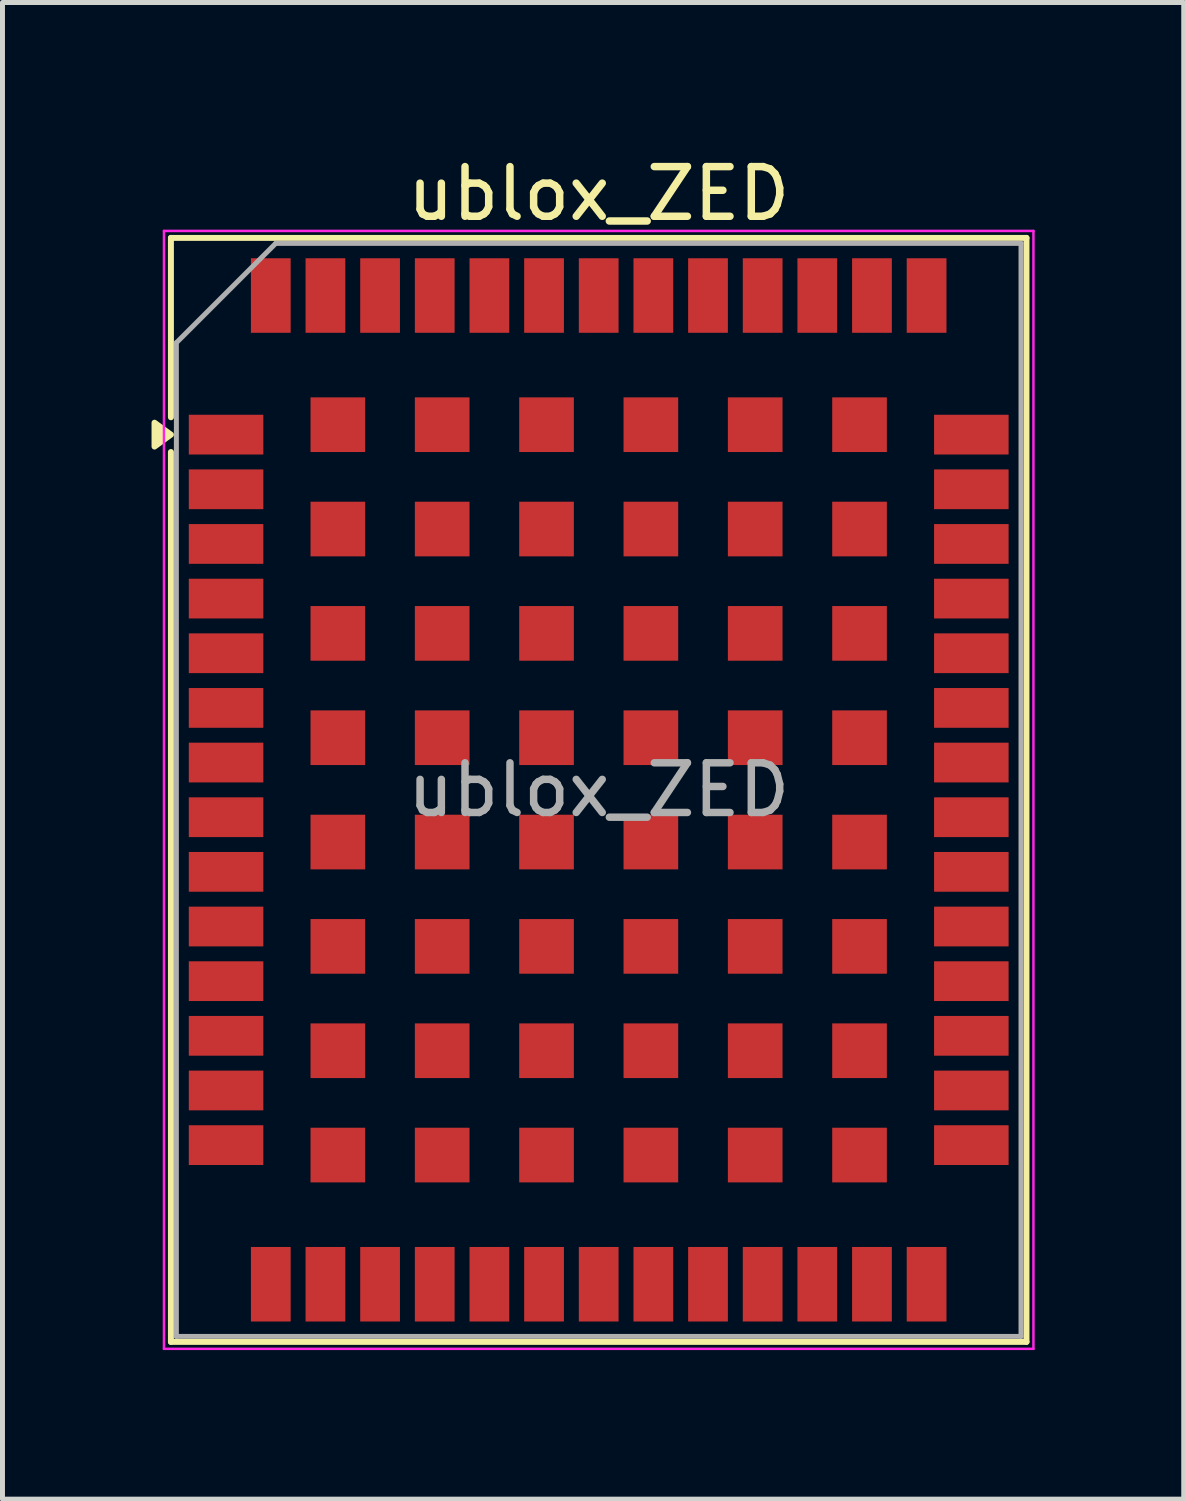
<source format=kicad_pcb>
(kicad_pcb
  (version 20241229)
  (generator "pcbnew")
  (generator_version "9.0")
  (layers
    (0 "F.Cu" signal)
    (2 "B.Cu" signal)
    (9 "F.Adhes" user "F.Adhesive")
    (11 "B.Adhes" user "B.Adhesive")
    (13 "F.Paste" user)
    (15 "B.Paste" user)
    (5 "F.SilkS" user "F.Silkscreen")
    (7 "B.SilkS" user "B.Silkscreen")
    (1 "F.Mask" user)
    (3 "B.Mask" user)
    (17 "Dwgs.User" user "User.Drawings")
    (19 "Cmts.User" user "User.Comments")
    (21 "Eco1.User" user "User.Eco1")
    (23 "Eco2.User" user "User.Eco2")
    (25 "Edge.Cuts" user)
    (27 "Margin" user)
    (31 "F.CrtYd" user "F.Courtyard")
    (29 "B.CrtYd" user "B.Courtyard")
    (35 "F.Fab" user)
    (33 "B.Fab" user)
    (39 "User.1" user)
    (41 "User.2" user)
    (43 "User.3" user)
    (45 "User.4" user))
  (footprint "ublox_ZED"
    (layer "F.Cu")
    (at 9 12.848)
    (property "Reference" "ublox_ZED" (at 0 -12 0) (layer "F.SilkS") (effects (font (size 1 1) (thickness 0.15))))
    (attr smd)
    (fp_line (start -8.61 -11.11) (end 8.61 -11.11) (stroke (width 0.12) (type solid)) (layer "F.SilkS"))
    (fp_line (start -8.61 -7.5) (end -8.61 -11.11) (stroke (width 0.12) (type default)) (layer "F.SilkS"))
    (fp_line (start -8.61 -6.8) (end -8.61 11.11) (stroke (width 0.12) (type solid)) (layer "F.SilkS"))
    (fp_line (start -8.61 11.11) (end 8.61 11.11) (stroke (width 0.12) (type solid)) (layer "F.SilkS"))
    (fp_line (start 8.61 -11.11) (end 8.61 11.11) (stroke (width 0.12) (type solid)) (layer "F.SilkS"))
    (fp_poly (pts (xy -8.61 -7.15) (xy -8.94 -6.91) (xy -8.94 -7.39) (xy -8.61 -7.15)) (stroke (width 0.12) (type solid)) (fill yes) (layer "F.SilkS"))
    (fp_line (start -8.75 -11.25) (end -8.75 11.25) (stroke (width 0.05) (type solid)) (layer "F.CrtYd"))
    (fp_line (start -8.75 -11.25) (end 8.75 -11.25) (stroke (width 0.05) (type solid)) (layer "F.CrtYd"))
    (fp_line (start -8.75 11.25) (end 8.75 11.25) (stroke (width 0.05) (type solid)) (layer "F.CrtYd"))
    (fp_line (start 8.75 -11.25) (end 8.75 11.25) (stroke (width 0.05) (type solid)) (layer "F.CrtYd"))
    (fp_line (start -8.5 -9) (end -8.5 11) (stroke (width 0.1) (type solid)) (layer "F.Fab"))
    (fp_line (start -8.5 -9) (end -6.5 -11) (stroke (width 0.1) (type solid)) (layer "F.Fab"))
    (fp_line (start -8.5 11) (end 8.5 11) (stroke (width 0.1) (type solid)) (layer "F.Fab"))
    (fp_line (start -6.5 -11) (end 8.5 -11) (stroke (width 0.1) (type solid)) (layer "F.Fab"))
    (fp_line (start 8.5 -11) (end 8.5 11) (stroke (width 0.1) (type solid)) (layer "F.Fab"))
    (fp_text user "${REFERENCE}" (at 0 0 0) (layer "F.Fab") (effects (font (size 1 1) (thickness 0.15))))
    (pad "1" smd rect (at -7.5 -7.15) (size 1.5 0.8) (layers "F.Cu" "F.Mask" "F.Paste"))
    (pad "2" smd rect (at -7.5 -6.05) (size 1.5 0.8) (layers "F.Cu" "F.Mask" "F.Paste"))
    (pad "3" smd rect (at -7.5 -4.95) (size 1.5 0.8) (layers "F.Cu" "F.Mask" "F.Paste"))
    (pad "4" smd rect (at -7.5 -3.85) (size 1.5 0.8) (layers "F.Cu" "F.Mask" "F.Paste"))
    (pad "5" smd rect (at -7.5 -2.75) (size 1.5 0.8) (layers "F.Cu" "F.Mask" "F.Paste"))
    (pad "6" smd rect (at -7.5 -1.65) (size 1.5 0.8) (layers "F.Cu" "F.Mask" "F.Paste"))
    (pad "7" smd rect (at -7.5 -0.55) (size 1.5 0.8) (layers "F.Cu" "F.Mask" "F.Paste"))
    (pad "8" smd rect (at -7.5 0.55) (size 1.5 0.8) (layers "F.Cu" "F.Mask" "F.Paste"))
    (pad "9" smd rect (at -7.5 1.65) (size 1.5 0.8) (layers "F.Cu" "F.Mask" "F.Paste"))
    (pad "10" smd rect (at -7.5 2.75) (size 1.5 0.8) (layers "F.Cu" "F.Mask" "F.Paste"))
    (pad "11" smd rect (at -7.5 3.85) (size 1.5 0.8) (layers "F.Cu" "F.Mask" "F.Paste"))
    (pad "12" smd rect (at -7.5 4.95) (size 1.5 0.8) (layers "F.Cu" "F.Mask" "F.Paste"))
    (pad "13" smd rect (at -7.5 6.05) (size 1.5 0.8) (layers "F.Cu" "F.Mask" "F.Paste"))
    (pad "14" smd rect (at -7.5 7.15) (size 1.5 0.8) (layers "F.Cu" "F.Mask" "F.Paste"))
    (pad "15" smd rect (at -6.6 9.95 90) (size 1.5 0.8) (layers "F.Cu" "F.Mask" "F.Paste"))
    (pad "16" smd rect (at -5.5 9.95 90) (size 1.5 0.8) (layers "F.Cu" "F.Mask" "F.Paste"))
    (pad "17" smd rect (at -4.4 9.95 90) (size 1.5 0.8) (layers "F.Cu" "F.Mask" "F.Paste"))
    (pad "18" smd rect (at -3.3 9.95 270) (size 1.5 0.8) (layers "F.Cu" "F.Mask" "F.Paste"))
    (pad "19" smd rect (at -2.2 9.95 90) (size 1.5 0.8) (layers "F.Cu" "F.Mask" "F.Paste"))
    (pad "20" smd rect (at -1.1 9.95 90) (size 1.5 0.8) (layers "F.Cu" "F.Mask" "F.Paste"))
    (pad "21" smd rect (at 0 9.95 90) (size 1.5 0.8) (layers "F.Cu" "F.Mask" "F.Paste"))
    (pad "22" smd rect (at 1.1 9.95 90) (size 1.5 0.8) (layers "F.Cu" "F.Mask" "F.Paste"))
    (pad "23" smd rect (at 2.2 9.95 90) (size 1.5 0.8) (layers "F.Cu" "F.Mask" "F.Paste"))
    (pad "24" smd rect (at 3.3 9.95 90) (size 1.5 0.8) (layers "F.Cu" "F.Mask" "F.Paste"))
    (pad "25" smd rect (at 4.4 9.95 90) (size 1.5 0.8) (layers "F.Cu" "F.Mask" "F.Paste"))
    (pad "26" smd rect (at 5.5 9.95 90) (size 1.5 0.8) (layers "F.Cu" "F.Mask" "F.Paste"))
    (pad "27" smd rect (at 6.6 9.95 90) (size 1.5 0.8) (layers "F.Cu" "F.Mask" "F.Paste"))
    (pad "28" smd rect (at 7.5 7.15) (size 1.5 0.8) (layers "F.Cu" "F.Mask" "F.Paste"))
    (pad "29" smd rect (at 7.5 6.05) (size 1.5 0.8) (layers "F.Cu" "F.Mask" "F.Paste"))
    (pad "30" smd rect (at 7.5 4.95) (size 1.5 0.8) (layers "F.Cu" "F.Mask" "F.Paste"))
    (pad "31" smd rect (at 7.5 3.85) (size 1.5 0.8) (layers "F.Cu" "F.Mask" "F.Paste"))
    (pad "32" smd rect (at 7.5 2.75) (size 1.5 0.8) (layers "F.Cu" "F.Mask" "F.Paste"))
    (pad "33" smd rect (at 7.5 1.65) (size 1.5 0.8) (layers "F.Cu" "F.Mask" "F.Paste"))
    (pad "34" smd rect (at 7.5 0.55) (size 1.5 0.8) (layers "F.Cu" "F.Mask" "F.Paste"))
    (pad "35" smd rect (at 7.5 -0.55) (size 1.5 0.8) (layers "F.Cu" "F.Mask" "F.Paste"))
    (pad "36" smd rect (at 7.5 -1.65) (size 1.5 0.8) (layers "F.Cu" "F.Mask" "F.Paste"))
    (pad "37" smd rect (at 7.5 -2.75) (size 1.5 0.8) (layers "F.Cu" "F.Mask" "F.Paste"))
    (pad "38" smd rect (at 7.5 -3.85) (size 1.5 0.8) (layers "F.Cu" "F.Mask" "F.Paste"))
    (pad "39" smd rect (at 7.5 -4.95) (size 1.5 0.8) (layers "F.Cu" "F.Mask" "F.Paste"))
    (pad "40" smd rect (at 7.5 -6.05) (size 1.5 0.8) (layers "F.Cu" "F.Mask" "F.Paste"))
    (pad "41" smd rect (at 7.5 -7.15) (size 1.5 0.8) (layers "F.Cu" "F.Mask" "F.Paste"))
    (pad "42" smd rect (at 6.6 -9.95 90) (size 1.5 0.8) (layers "F.Cu" "F.Mask" "F.Paste"))
    (pad "43" smd rect (at 5.5 -9.95 90) (size 1.5 0.8) (layers "F.Cu" "F.Mask" "F.Paste"))
    (pad "44" smd rect (at 4.4 -9.95 90) (size 1.5 0.8) (layers "F.Cu" "F.Mask" "F.Paste"))
    (pad "45" smd rect (at 3.3 -9.95 90) (size 1.5 0.8) (layers "F.Cu" "F.Mask" "F.Paste"))
    (pad "46" smd rect (at 2.2 -9.95 90) (size 1.5 0.8) (layers "F.Cu" "F.Mask" "F.Paste"))
    (pad "47" smd rect (at 1.1 -9.95 90) (size 1.5 0.8) (layers "F.Cu" "F.Mask" "F.Paste"))
    (pad "48" smd rect (at 0 -9.95 90) (size 1.5 0.8) (layers "F.Cu" "F.Mask" "F.Paste"))
    (pad "49" smd rect (at -1.1 -9.95 90) (size 1.5 0.8) (layers "F.Cu" "F.Mask" "F.Paste"))
    (pad "50" smd rect (at -2.2 -9.95 90) (size 1.5 0.8) (layers "F.Cu" "F.Mask" "F.Paste"))
    (pad "51" smd rect (at -3.3 -9.95 90) (size 1.5 0.8) (layers "F.Cu" "F.Mask" "F.Paste"))
    (pad "52" smd rect (at -4.4 -9.95 90) (size 1.5 0.8) (layers "F.Cu" "F.Mask" "F.Paste"))
    (pad "53" smd rect (at -5.5 -9.95 90) (size 1.5 0.8) (layers "F.Cu" "F.Mask" "F.Paste"))
    (pad "54" smd rect (at -6.6 -9.95 90) (size 1.5 0.8) (layers "F.Cu" "F.Mask" "F.Paste"))
    (pad "55" smd rect (at -5.25 -7.35) (size 1.1 1.1) (layers "F.Cu" "F.Mask" "F.Paste"))
    (pad "55" smd rect (at -5.25 -5.25) (size 1.1 1.1) (layers "F.Cu" "F.Mask" "F.Paste"))
    (pad "55" smd rect (at -5.25 -3.15) (size 1.1 1.1) (layers "F.Cu" "F.Mask" "F.Paste"))
    (pad "55" smd rect (at -5.25 -1.05) (size 1.1 1.1) (layers "F.Cu" "F.Mask" "F.Paste"))
    (pad "55" smd rect (at -5.25 1.05) (size 1.1 1.1) (layers "F.Cu" "F.Mask" "F.Paste"))
    (pad "55" smd rect (at -5.25 3.15) (size 1.1 1.1) (layers "F.Cu" "F.Mask" "F.Paste"))
    (pad "55" smd rect (at -5.25 5.25) (size 1.1 1.1) (layers "F.Cu" "F.Mask" "F.Paste"))
    (pad "55" smd rect (at -5.25 7.35) (size 1.1 1.1) (layers "F.Cu" "F.Mask" "F.Paste"))
    (pad "55" smd rect (at -3.15 -7.35) (size 1.1 1.1) (layers "F.Cu" "F.Mask" "F.Paste"))
    (pad "55" smd rect (at -3.15 -5.25) (size 1.1 1.1) (layers "F.Cu" "F.Mask" "F.Paste"))
    (pad "55" smd rect (at -3.15 -3.15) (size 1.1 1.1) (layers "F.Cu" "F.Mask" "F.Paste"))
    (pad "55" smd rect (at -3.15 -1.05) (size 1.1 1.1) (layers "F.Cu" "F.Mask" "F.Paste"))
    (pad "55" smd rect (at -3.15 1.05) (size 1.1 1.1) (layers "F.Cu" "F.Mask" "F.Paste"))
    (pad "55" smd rect (at -3.15 3.15) (size 1.1 1.1) (layers "F.Cu" "F.Mask" "F.Paste"))
    (pad "55" smd rect (at -3.15 5.25) (size 1.1 1.1) (layers "F.Cu" "F.Mask" "F.Paste"))
    (pad "55" smd rect (at -3.15 7.35) (size 1.1 1.1) (layers "F.Cu" "F.Mask" "F.Paste"))
    (pad "55" smd rect (at -1.05 -7.35) (size 1.1 1.1) (layers "F.Cu" "F.Mask" "F.Paste"))
    (pad "55" smd rect (at -1.05 -5.25) (size 1.1 1.1) (layers "F.Cu" "F.Mask" "F.Paste"))
    (pad "55" smd rect (at -1.05 -3.15) (size 1.1 1.1) (layers "F.Cu" "F.Mask" "F.Paste"))
    (pad "55" smd rect (at -1.05 -1.05) (size 1.1 1.1) (layers "F.Cu" "F.Mask" "F.Paste"))
    (pad "55" smd rect (at -1.05 1.05) (size 1.1 1.1) (layers "F.Cu" "F.Mask" "F.Paste"))
    (pad "55" smd rect (at -1.05 3.15) (size 1.1 1.1) (layers "F.Cu" "F.Mask" "F.Paste"))
    (pad "55" smd rect (at -1.05 5.25) (size 1.1 1.1) (layers "F.Cu" "F.Mask" "F.Paste"))
    (pad "55" smd rect (at -1.05 7.35) (size 1.1 1.1) (layers "F.Cu" "F.Mask" "F.Paste"))
    (pad "55" smd rect (at 1.05 -7.35) (size 1.1 1.1) (layers "F.Cu" "F.Mask" "F.Paste"))
    (pad "55" smd rect (at 1.05 -5.25) (size 1.1 1.1) (layers "F.Cu" "F.Mask" "F.Paste"))
    (pad "55" smd rect (at 1.05 -3.15) (size 1.1 1.1) (layers "F.Cu" "F.Mask" "F.Paste"))
    (pad "55" smd rect (at 1.05 -1.05) (size 1.1 1.1) (layers "F.Cu" "F.Mask" "F.Paste"))
    (pad "55" smd rect (at 1.05 1.05) (size 1.1 1.1) (layers "F.Cu" "F.Mask" "F.Paste"))
    (pad "55" smd rect (at 1.05 3.15) (size 1.1 1.1) (layers "F.Cu" "F.Mask" "F.Paste"))
    (pad "55" smd rect (at 1.05 5.25) (size 1.1 1.1) (layers "F.Cu" "F.Mask" "F.Paste"))
    (pad "55" smd rect (at 1.05 7.35) (size 1.1 1.1) (layers "F.Cu" "F.Mask" "F.Paste"))
    (pad "55" smd rect (at 3.15 -7.35) (size 1.1 1.1) (layers "F.Cu" "F.Mask" "F.Paste"))
    (pad "55" smd rect (at 3.15 -5.25) (size 1.1 1.1) (layers "F.Cu" "F.Mask" "F.Paste"))
    (pad "55" smd rect (at 3.15 -3.15) (size 1.1 1.1) (layers "F.Cu" "F.Mask" "F.Paste"))
    (pad "55" smd rect (at 3.15 -1.05) (size 1.1 1.1) (layers "F.Cu" "F.Mask" "F.Paste"))
    (pad "55" smd rect (at 3.15 1.05) (size 1.1 1.1) (layers "F.Cu" "F.Mask" "F.Paste"))
    (pad "55" smd rect (at 3.15 3.15) (size 1.1 1.1) (layers "F.Cu" "F.Mask" "F.Paste"))
    (pad "55" smd rect (at 3.15 5.25) (size 1.1 1.1) (layers "F.Cu" "F.Mask" "F.Paste"))
    (pad "55" smd rect (at 3.15 7.35) (size 1.1 1.1) (layers "F.Cu" "F.Mask" "F.Paste"))
    (pad "55" smd rect (at 5.25 -7.35) (size 1.1 1.1) (layers "F.Cu" "F.Mask" "F.Paste"))
    (pad "55" smd rect (at 5.25 -5.25) (size 1.1 1.1) (layers "F.Cu" "F.Mask" "F.Paste"))
    (pad "55" smd rect (at 5.25 -3.15) (size 1.1 1.1) (layers "F.Cu" "F.Mask" "F.Paste"))
    (pad "55" smd rect (at 5.25 -1.05) (size 1.1 1.1) (layers "F.Cu" "F.Mask" "F.Paste"))
    (pad "55" smd rect (at 5.25 1.05) (size 1.1 1.1) (layers "F.Cu" "F.Mask" "F.Paste"))
    (pad "55" smd rect (at 5.25 3.15) (size 1.1 1.1) (layers "F.Cu" "F.Mask" "F.Paste"))
    (pad "55" smd rect (at 5.25 5.25) (size 1.1 1.1) (layers "F.Cu" "F.Mask" "F.Paste"))
    (pad "55" smd rect (at 5.25 7.35) (size 1.1 1.1) (layers "F.Cu" "F.Mask" "F.Paste")))
  (gr_rect
    (start -3 -3)
    (end 20.775 27.123)
    (stroke (width 0.1) (type default))
    (fill no)
    (layer "Edge.Cuts")))
</source>
